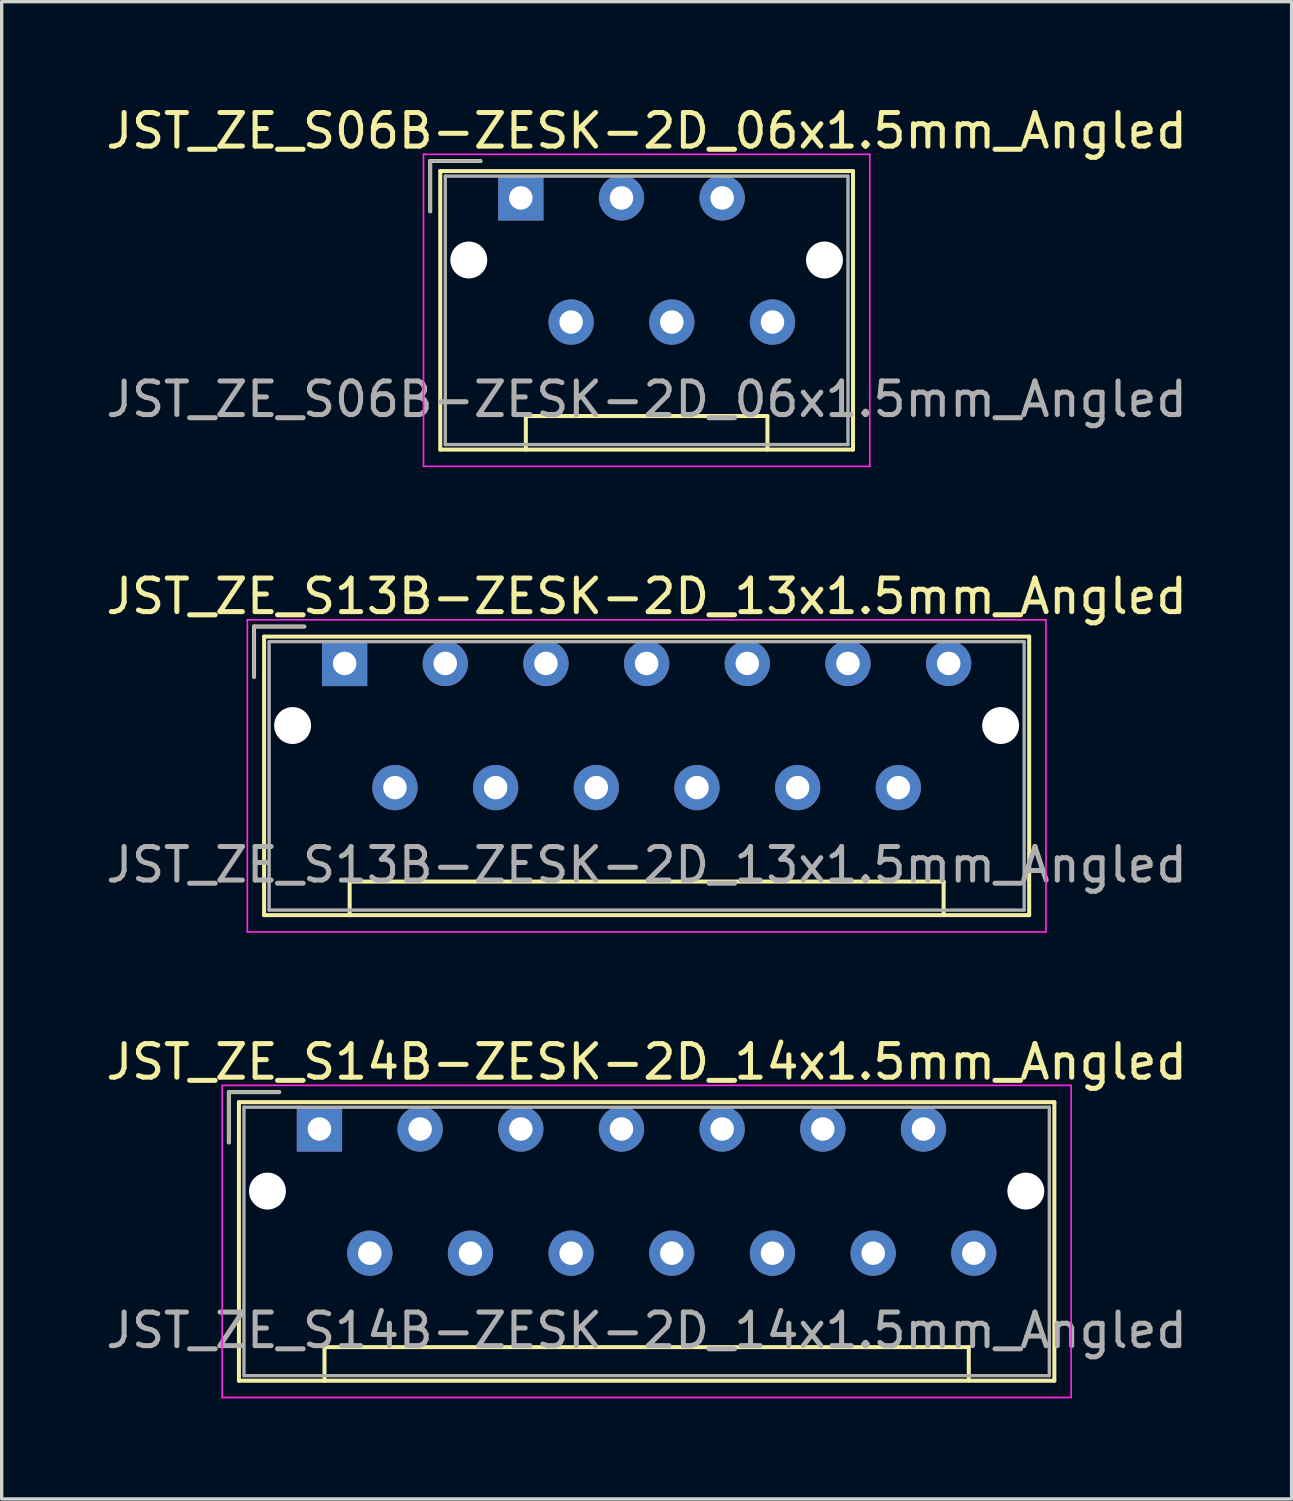
<source format=kicad_pcb>
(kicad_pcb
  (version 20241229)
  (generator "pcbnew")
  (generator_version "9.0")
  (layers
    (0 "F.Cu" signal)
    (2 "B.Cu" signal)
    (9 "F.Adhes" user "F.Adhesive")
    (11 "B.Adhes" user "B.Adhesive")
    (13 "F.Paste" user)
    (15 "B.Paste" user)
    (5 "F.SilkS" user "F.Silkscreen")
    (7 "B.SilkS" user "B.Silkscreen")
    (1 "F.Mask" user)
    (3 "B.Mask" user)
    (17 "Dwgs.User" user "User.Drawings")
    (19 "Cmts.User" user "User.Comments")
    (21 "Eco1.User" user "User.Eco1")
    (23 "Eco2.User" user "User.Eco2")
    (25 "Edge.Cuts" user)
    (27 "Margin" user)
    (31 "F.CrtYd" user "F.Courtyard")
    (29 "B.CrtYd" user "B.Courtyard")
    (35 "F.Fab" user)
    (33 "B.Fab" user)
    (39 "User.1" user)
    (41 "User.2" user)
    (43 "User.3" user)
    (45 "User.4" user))
  (footprint "JST_ZE_S06B-ZESK-2D_06x1.5mm_Angled"
    (layer "F.Cu")
    (at 12.47 2.848)
    (property "Reference" "JST_ZE_S06B-ZESK-2D_06x1.5mm_Angled" (at 3.75 -2 0) (layer "F.SilkS") (effects (font (size 1 1) (thickness 0.15))))
    (attr through_hole)
    (fp_line (start -2.7 -1.1) (end -1.2 -1.1) (stroke (width 0.12) (type solid)) (layer "F.SilkS"))
    (fp_line (start -2.7 0.4) (end -2.7 -1.1) (stroke (width 0.12) (type solid)) (layer "F.SilkS"))
    (fp_line (start -2.4 -0.8) (end -2.4 7.5) (stroke (width 0.12) (type solid)) (layer "F.SilkS"))
    (fp_line (start -2.4 7.5) (end 9.9 7.5) (stroke (width 0.12) (type solid)) (layer "F.SilkS"))
    (fp_line (start 0.15 6.5) (end 7.35 6.5) (stroke (width 0.12) (type solid)) (layer "F.SilkS"))
    (fp_line (start 0.15 7.5) (end 0.15 6.5) (stroke (width 0.12) (type solid)) (layer "F.SilkS"))
    (fp_line (start 7.35 6.5) (end 7.35 7.5) (stroke (width 0.12) (type solid)) (layer "F.SilkS"))
    (fp_line (start 9.9 -0.8) (end -2.4 -0.8) (stroke (width 0.12) (type solid)) (layer "F.SilkS"))
    (fp_line (start 9.9 7.5) (end 9.9 -0.8) (stroke (width 0.12) (type solid)) (layer "F.SilkS"))
    (fp_line (start -2.9 -1.3) (end -2.9 8) (stroke (width 0.05) (type solid)) (layer "F.CrtYd"))
    (fp_line (start -2.9 8) (end 10.4 8) (stroke (width 0.05) (type solid)) (layer "F.CrtYd"))
    (fp_line (start 10.4 -1.3) (end -2.9 -1.3) (stroke (width 0.05) (type solid)) (layer "F.CrtYd"))
    (fp_line (start 10.4 8) (end 10.4 -1.3) (stroke (width 0.05) (type solid)) (layer "F.CrtYd"))
    (fp_line (start -2.7 -1.1) (end -1.2 -1.1) (stroke (width 0.1) (type solid)) (layer "F.Fab"))
    (fp_line (start -2.7 0.4) (end -2.7 -1.1) (stroke (width 0.1) (type solid)) (layer "F.Fab"))
    (fp_line (start -2.25 -0.65) (end -2.25 7.35) (stroke (width 0.1) (type solid)) (layer "F.Fab"))
    (fp_line (start -2.25 7.35) (end 9.75 7.35) (stroke (width 0.1) (type solid)) (layer "F.Fab"))
    (fp_line (start 9.75 -0.65) (end -2.25 -0.65) (stroke (width 0.1) (type solid)) (layer "F.Fab"))
    (fp_line (start 9.75 7.35) (end 9.75 -0.65) (stroke (width 0.1) (type solid)) (layer "F.Fab"))
    (fp_text user "${REFERENCE}" (at 3.75 6 0) (layer "F.Fab") (effects (font (size 1 1) (thickness 0.15))))
    (pad "" np_thru_hole circle (at -1.55 1.85) (size 1.1 1.1) (drill 1.1) (layers "*.Cu"))
    (pad "" np_thru_hole circle (at 9.05 1.85) (size 1.1 1.1) (drill 1.1) (layers "*.Cu"))
    (pad "1" thru_hole rect (at 0 0) (size 1.35 1.35) (drill 0.7) (layers "*.Cu" "*.Mask"))
    (pad "2" thru_hole circle (at 1.5 3.7) (size 1.35 1.35) (drill 0.7) (layers "*.Cu" "*.Mask"))
    (pad "3" thru_hole circle (at 3 0) (size 1.35 1.35) (drill 0.7) (layers "*.Cu" "*.Mask"))
    (pad "4" thru_hole circle (at 4.5 3.7) (size 1.35 1.35) (drill 0.7) (layers "*.Cu" "*.Mask"))
    (pad "5" thru_hole circle (at 6 0) (size 1.35 1.35) (drill 0.7) (layers "*.Cu" "*.Mask"))
    (pad "6" thru_hole circle (at 7.5 3.7) (size 1.35 1.35) (drill 0.7) (layers "*.Cu" "*.Mask")))
  (footprint "JST_ZE_S13B-ZESK-2D_13x1.5mm_Angled"
    (layer "F.Cu")
    (at 7.22 16.721)
    (property "Reference" "JST_ZE_S13B-ZESK-2D_13x1.5mm_Angled" (at 9 -2 0) (layer "F.SilkS") (effects (font (size 1 1) (thickness 0.15))))
    (attr through_hole)
    (fp_line (start -2.7 -1.1) (end -1.2 -1.1) (stroke (width 0.12) (type solid)) (layer "F.SilkS"))
    (fp_line (start -2.7 0.4) (end -2.7 -1.1) (stroke (width 0.12) (type solid)) (layer "F.SilkS"))
    (fp_line (start -2.4 -0.8) (end -2.4 7.5) (stroke (width 0.12) (type solid)) (layer "F.SilkS"))
    (fp_line (start -2.4 7.5) (end 20.4 7.5) (stroke (width 0.12) (type solid)) (layer "F.SilkS"))
    (fp_line (start 0.15 6.5) (end 17.85 6.5) (stroke (width 0.12) (type solid)) (layer "F.SilkS"))
    (fp_line (start 0.15 7.5) (end 0.15 6.5) (stroke (width 0.12) (type solid)) (layer "F.SilkS"))
    (fp_line (start 17.85 6.5) (end 17.85 7.5) (stroke (width 0.12) (type solid)) (layer "F.SilkS"))
    (fp_line (start 20.4 -0.8) (end -2.4 -0.8) (stroke (width 0.12) (type solid)) (layer "F.SilkS"))
    (fp_line (start 20.4 7.5) (end 20.4 -0.8) (stroke (width 0.12) (type solid)) (layer "F.SilkS"))
    (fp_line (start -2.9 -1.3) (end -2.9 8) (stroke (width 0.05) (type solid)) (layer "F.CrtYd"))
    (fp_line (start -2.9 8) (end 20.9 8) (stroke (width 0.05) (type solid)) (layer "F.CrtYd"))
    (fp_line (start 20.9 -1.3) (end -2.9 -1.3) (stroke (width 0.05) (type solid)) (layer "F.CrtYd"))
    (fp_line (start 20.9 8) (end 20.9 -1.3) (stroke (width 0.05) (type solid)) (layer "F.CrtYd"))
    (fp_line (start -2.7 -1.1) (end -1.2 -1.1) (stroke (width 0.1) (type solid)) (layer "F.Fab"))
    (fp_line (start -2.7 0.4) (end -2.7 -1.1) (stroke (width 0.1) (type solid)) (layer "F.Fab"))
    (fp_line (start -2.25 -0.65) (end -2.25 7.35) (stroke (width 0.1) (type solid)) (layer "F.Fab"))
    (fp_line (start -2.25 7.35) (end 20.25 7.35) (stroke (width 0.1) (type solid)) (layer "F.Fab"))
    (fp_line (start 20.25 -0.65) (end -2.25 -0.65) (stroke (width 0.1) (type solid)) (layer "F.Fab"))
    (fp_line (start 20.25 7.35) (end 20.25 -0.65) (stroke (width 0.1) (type solid)) (layer "F.Fab"))
    (fp_text user "${REFERENCE}" (at 9 6 0) (layer "F.Fab") (effects (font (size 1 1) (thickness 0.15))))
    (pad "" np_thru_hole circle (at -1.55 1.85) (size 1.1 1.1) (drill 1.1) (layers "*.Cu"))
    (pad "" np_thru_hole circle (at 19.55 1.85) (size 1.1 1.1) (drill 1.1) (layers "*.Cu"))
    (pad "1" thru_hole rect (at 0 0) (size 1.35 1.35) (drill 0.7) (layers "*.Cu" "*.Mask"))
    (pad "2" thru_hole circle (at 1.5 3.7) (size 1.35 1.35) (drill 0.7) (layers "*.Cu" "*.Mask"))
    (pad "3" thru_hole circle (at 3 0) (size 1.35 1.35) (drill 0.7) (layers "*.Cu" "*.Mask"))
    (pad "4" thru_hole circle (at 4.5 3.7) (size 1.35 1.35) (drill 0.7) (layers "*.Cu" "*.Mask"))
    (pad "5" thru_hole circle (at 6 0) (size 1.35 1.35) (drill 0.7) (layers "*.Cu" "*.Mask"))
    (pad "6" thru_hole circle (at 7.5 3.7) (size 1.35 1.35) (drill 0.7) (layers "*.Cu" "*.Mask"))
    (pad "7" thru_hole circle (at 9 0) (size 1.35 1.35) (drill 0.7) (layers "*.Cu" "*.Mask"))
    (pad "8" thru_hole circle (at 10.5 3.7) (size 1.35 1.35) (drill 0.7) (layers "*.Cu" "*.Mask"))
    (pad "9" thru_hole circle (at 12 0) (size 1.35 1.35) (drill 0.7) (layers "*.Cu" "*.Mask"))
    (pad "10" thru_hole circle (at 13.5 3.7) (size 1.35 1.35) (drill 0.7) (layers "*.Cu" "*.Mask"))
    (pad "11" thru_hole circle (at 15 0) (size 1.35 1.35) (drill 0.7) (layers "*.Cu" "*.Mask"))
    (pad "12" thru_hole circle (at 16.5 3.7) (size 1.35 1.35) (drill 0.7) (layers "*.Cu" "*.Mask"))
    (pad "13" thru_hole circle (at 18 0) (size 1.35 1.35) (drill 0.7) (layers "*.Cu" "*.Mask")))
  (footprint "JST_ZE_S14B-ZESK-2D_14x1.5mm_Angled"
    (layer "F.Cu")
    (at 6.47 30.595)
    (property "Reference" "JST_ZE_S14B-ZESK-2D_14x1.5mm_Angled" (at 9.75 -2 0) (layer "F.SilkS") (effects (font (size 1 1) (thickness 0.15))))
    (attr through_hole)
    (fp_line (start -2.7 -1.1) (end -1.2 -1.1) (stroke (width 0.12) (type solid)) (layer "F.SilkS"))
    (fp_line (start -2.7 0.4) (end -2.7 -1.1) (stroke (width 0.12) (type solid)) (layer "F.SilkS"))
    (fp_line (start -2.4 -0.8) (end -2.4 7.5) (stroke (width 0.12) (type solid)) (layer "F.SilkS"))
    (fp_line (start -2.4 7.5) (end 21.9 7.5) (stroke (width 0.12) (type solid)) (layer "F.SilkS"))
    (fp_line (start 0.15 6.5) (end 19.35 6.5) (stroke (width 0.12) (type solid)) (layer "F.SilkS"))
    (fp_line (start 0.15 7.5) (end 0.15 6.5) (stroke (width 0.12) (type solid)) (layer "F.SilkS"))
    (fp_line (start 19.35 6.5) (end 19.35 7.5) (stroke (width 0.12) (type solid)) (layer "F.SilkS"))
    (fp_line (start 21.9 -0.8) (end -2.4 -0.8) (stroke (width 0.12) (type solid)) (layer "F.SilkS"))
    (fp_line (start 21.9 7.5) (end 21.9 -0.8) (stroke (width 0.12) (type solid)) (layer "F.SilkS"))
    (fp_line (start -2.9 -1.3) (end -2.9 8) (stroke (width 0.05) (type solid)) (layer "F.CrtYd"))
    (fp_line (start -2.9 8) (end 22.4 8) (stroke (width 0.05) (type solid)) (layer "F.CrtYd"))
    (fp_line (start 22.4 -1.3) (end -2.9 -1.3) (stroke (width 0.05) (type solid)) (layer "F.CrtYd"))
    (fp_line (start 22.4 8) (end 22.4 -1.3) (stroke (width 0.05) (type solid)) (layer "F.CrtYd"))
    (fp_line (start -2.7 -1.1) (end -1.2 -1.1) (stroke (width 0.1) (type solid)) (layer "F.Fab"))
    (fp_line (start -2.7 0.4) (end -2.7 -1.1) (stroke (width 0.1) (type solid)) (layer "F.Fab"))
    (fp_line (start -2.25 -0.65) (end -2.25 7.35) (stroke (width 0.1) (type solid)) (layer "F.Fab"))
    (fp_line (start -2.25 7.35) (end 21.75 7.35) (stroke (width 0.1) (type solid)) (layer "F.Fab"))
    (fp_line (start 21.75 -0.65) (end -2.25 -0.65) (stroke (width 0.1) (type solid)) (layer "F.Fab"))
    (fp_line (start 21.75 7.35) (end 21.75 -0.65) (stroke (width 0.1) (type solid)) (layer "F.Fab"))
    (fp_text user "${REFERENCE}" (at 9.75 6 0) (layer "F.Fab") (effects (font (size 1 1) (thickness 0.15))))
    (pad "" np_thru_hole circle (at -1.55 1.85) (size 1.1 1.1) (drill 1.1) (layers "*.Cu"))
    (pad "" np_thru_hole circle (at 21.05 1.85) (size 1.1 1.1) (drill 1.1) (layers "*.Cu"))
    (pad "1" thru_hole rect (at 0 0) (size 1.35 1.35) (drill 0.7) (layers "*.Cu" "*.Mask"))
    (pad "2" thru_hole circle (at 1.5 3.7) (size 1.35 1.35) (drill 0.7) (layers "*.Cu" "*.Mask"))
    (pad "3" thru_hole circle (at 3 0) (size 1.35 1.35) (drill 0.7) (layers "*.Cu" "*.Mask"))
    (pad "4" thru_hole circle (at 4.5 3.7) (size 1.35 1.35) (drill 0.7) (layers "*.Cu" "*.Mask"))
    (pad "5" thru_hole circle (at 6 0) (size 1.35 1.35) (drill 0.7) (layers "*.Cu" "*.Mask"))
    (pad "6" thru_hole circle (at 7.5 3.7) (size 1.35 1.35) (drill 0.7) (layers "*.Cu" "*.Mask"))
    (pad "7" thru_hole circle (at 9 0) (size 1.35 1.35) (drill 0.7) (layers "*.Cu" "*.Mask"))
    (pad "8" thru_hole circle (at 10.5 3.7) (size 1.35 1.35) (drill 0.7) (layers "*.Cu" "*.Mask"))
    (pad "9" thru_hole circle (at 12 0) (size 1.35 1.35) (drill 0.7) (layers "*.Cu" "*.Mask"))
    (pad "10" thru_hole circle (at 13.5 3.7) (size 1.35 1.35) (drill 0.7) (layers "*.Cu" "*.Mask"))
    (pad "11" thru_hole circle (at 15 0) (size 1.35 1.35) (drill 0.7) (layers "*.Cu" "*.Mask"))
    (pad "12" thru_hole circle (at 16.5 3.7) (size 1.35 1.35) (drill 0.7) (layers "*.Cu" "*.Mask"))
    (pad "13" thru_hole circle (at 18 0) (size 1.35 1.35) (drill 0.7) (layers "*.Cu" "*.Mask"))
    (pad "14" thru_hole circle (at 19.5 3.7) (size 1.35 1.35) (drill 0.7) (layers "*.Cu" "*.Mask")))
  (gr_rect
    (start -3 -3)
    (end 35.44 41.62)
    (stroke (width 0.1) (type default))
    (fill no)
    (layer "Edge.Cuts")))
</source>
